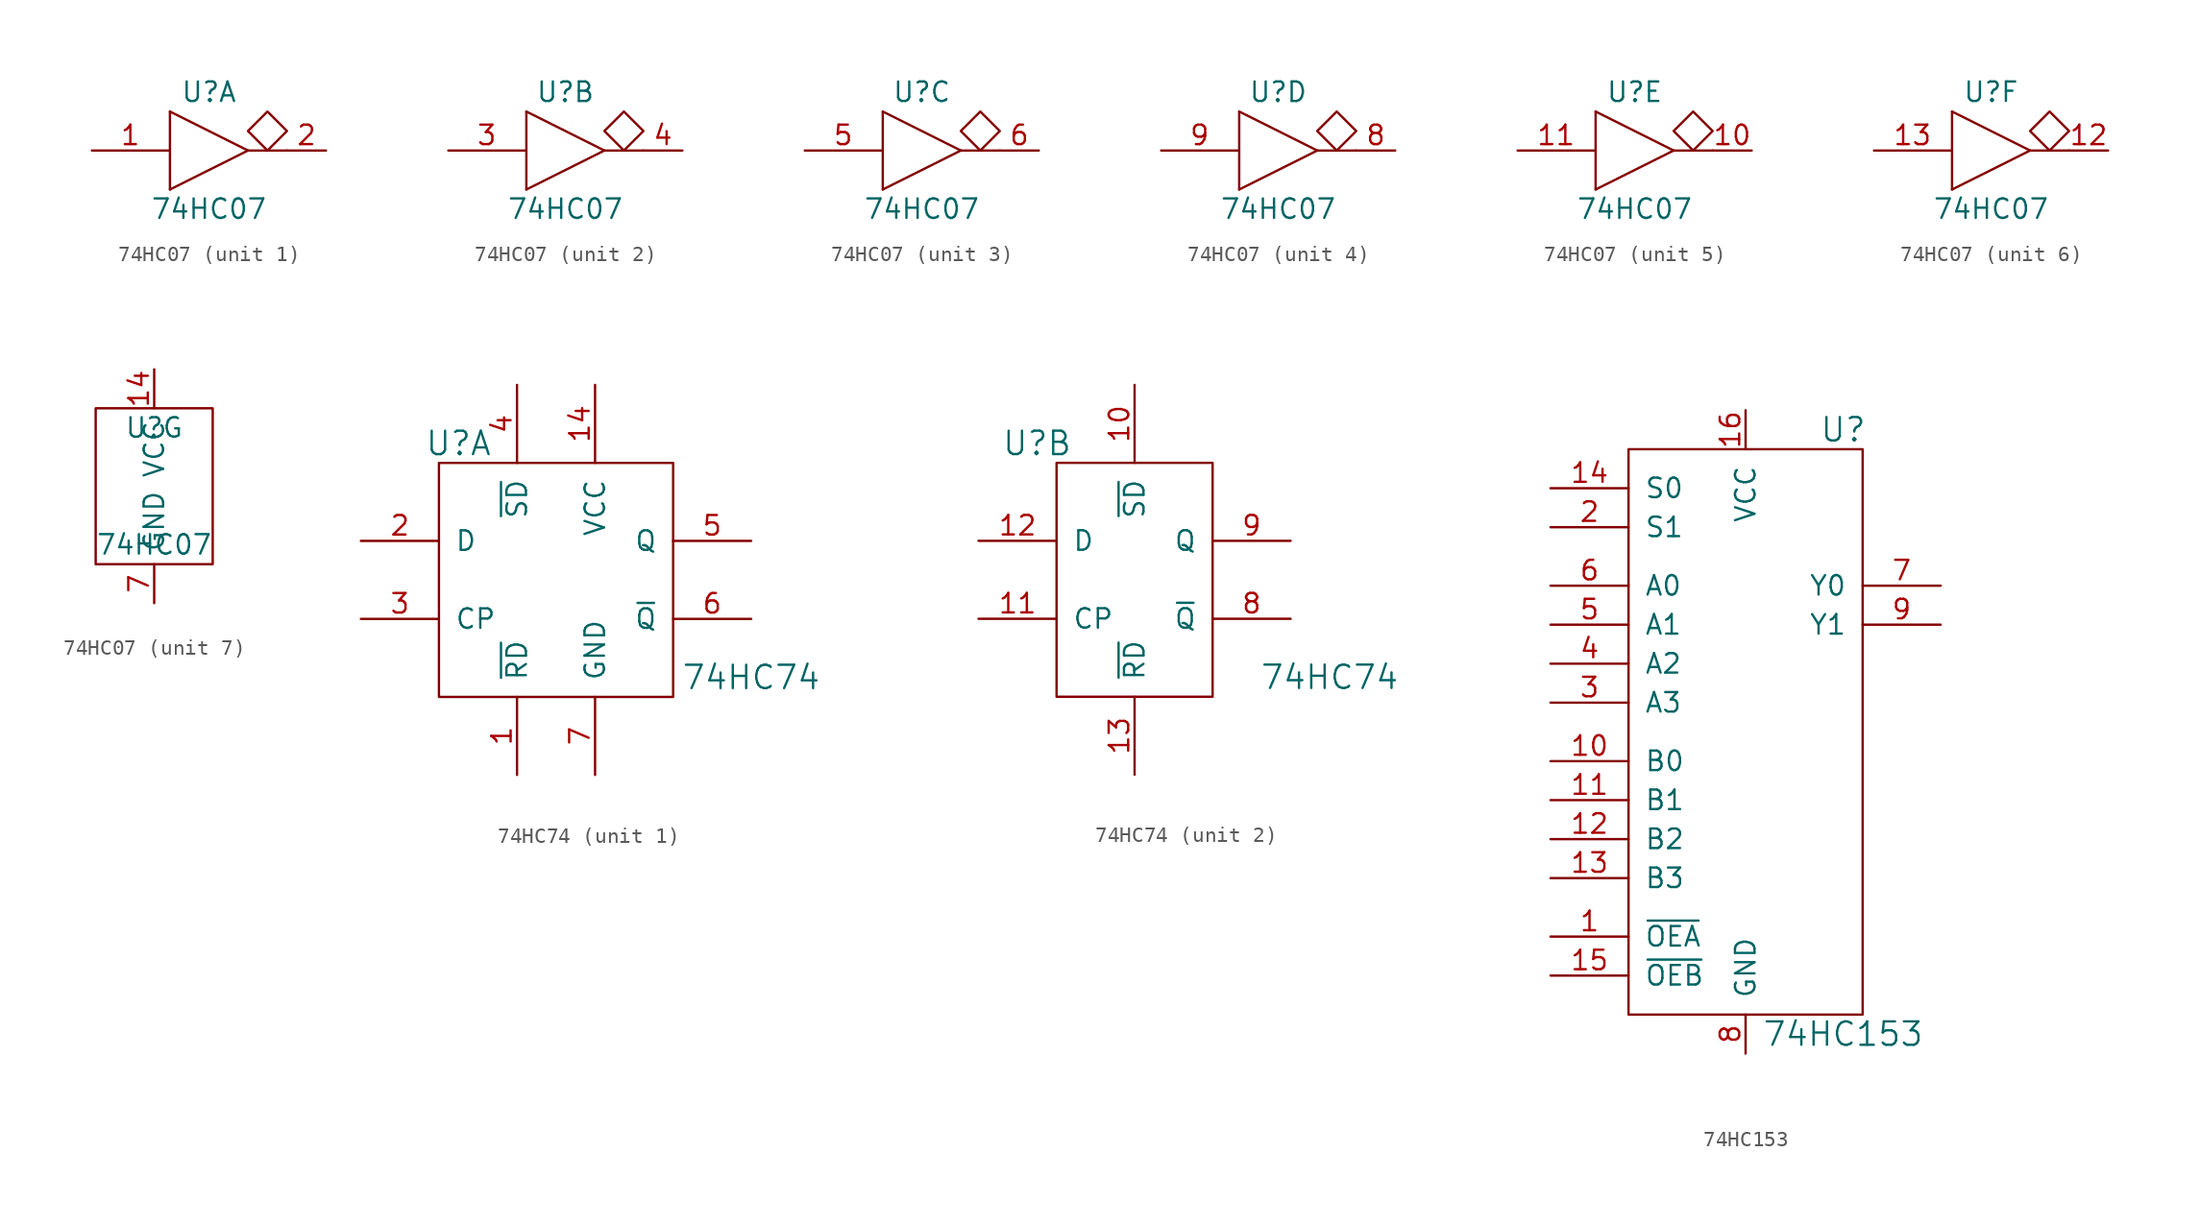
<source format=kicad_sym>
(kicad_symbol_lib
  (version 20211014)
  (generator kicad_symbol_editor)
  (symbol "74HC07"
    (pin_names
      (offset 0.762))
    (property "Reference" "U"
      (at 0 3.81 0)
      (effects (font (size 1.27 1.27))))
    (property "Value" "74HC07"
      (at 0 -3.81 0)
      (effects (font (size 1.27 1.27))))
    (symbol "74HC07_1_1"
      (polyline (pts (xy -2.54 -2.54) (xy 2.54 0)) (stroke (width 0) (type default) (color 0 0 0 0)) (fill (type none)))
      (polyline (pts (xy -2.54 0) (xy -2.54 -2.54)) (stroke (width 0) (type default) (color 0 0 0 0)) (fill (type none)))
      (polyline (pts (xy -2.54 0) (xy -2.54 2.54)) (stroke (width 0) (type default) (color 0 0 0 0)) (fill (type none)))
      (polyline (pts (xy 2.54 0) (xy -2.54 2.54)) (stroke (width 0) (type default) (color 0 0 0 0)) (fill (type none)))
      (polyline (pts (xy 5.08 0) (xy 2.54 0)) (stroke (width 0) (type default) (color 0 0 0 0)) (fill (type none)))
      (polyline (pts (xy 3.81 2.54) (xy 2.54 1.27) (xy 3.81 0) (xy 5.08 1.27) (xy 3.81 2.54)) (stroke (width 0) (type default) (color 0 0 0 0)) (fill (type none)))
      (pin input line (at -7.62 0 0) (length 5.004) (name "~" (effects (font (size 1.27 1.27)))) (number "1" (effects (font (size 1.27 1.27)))))
      (pin open_collector line (at 7.62 0 180) (length 2.54) (name "~" (effects (font (size 1.27 1.27)))) (number "2" (effects (font (size 1.27 1.27))))))
    (symbol "74HC07_2_1"
      (polyline (pts (xy -2.54 -2.54) (xy 2.54 0)) (stroke (width 0) (type default) (color 0 0 0 0)) (fill (type none)))
      (polyline (pts (xy -2.54 0) (xy -2.54 -2.54)) (stroke (width 0) (type default) (color 0 0 0 0)) (fill (type none)))
      (polyline (pts (xy -2.54 0) (xy -2.54 2.54)) (stroke (width 0) (type default) (color 0 0 0 0)) (fill (type none)))
      (polyline (pts (xy 2.54 0) (xy -2.54 2.54)) (stroke (width 0) (type default) (color 0 0 0 0)) (fill (type none)))
      (polyline (pts (xy 5.08 0) (xy 2.54 0)) (stroke (width 0) (type default) (color 0 0 0 0)) (fill (type none)))
      (polyline (pts (xy 3.81 2.54) (xy 2.54 1.27) (xy 3.81 0) (xy 5.08 1.27) (xy 3.81 2.54)) (stroke (width 0) (type default) (color 0 0 0 0)) (fill (type none)))
      (pin input line (at -7.62 0 0) (length 5.004) (name "~" (effects (font (size 1.27 1.27)))) (number "3" (effects (font (size 1.27 1.27)))))
      (pin open_collector line (at 7.62 0 180) (length 2.54) (name "~" (effects (font (size 1.27 1.27)))) (number "4" (effects (font (size 1.27 1.27))))))
    (symbol "74HC07_3_1"
      (polyline (pts (xy -2.54 -2.54) (xy 2.54 0)) (stroke (width 0) (type default) (color 0 0 0 0)) (fill (type none)))
      (polyline (pts (xy -2.54 0) (xy -2.54 -2.54)) (stroke (width 0) (type default) (color 0 0 0 0)) (fill (type none)))
      (polyline (pts (xy -2.54 0) (xy -2.54 2.54)) (stroke (width 0) (type default) (color 0 0 0 0)) (fill (type none)))
      (polyline (pts (xy 2.54 0) (xy -2.54 2.54)) (stroke (width 0) (type default) (color 0 0 0 0)) (fill (type none)))
      (polyline (pts (xy 5.08 0) (xy 2.54 0)) (stroke (width 0) (type default) (color 0 0 0 0)) (fill (type none)))
      (polyline (pts (xy 3.81 2.54) (xy 2.54 1.27) (xy 3.81 0) (xy 5.08 1.27) (xy 3.81 2.54)) (stroke (width 0) (type default) (color 0 0 0 0)) (fill (type none)))
      (pin input line (at -7.62 0 0) (length 5.004) (name "~" (effects (font (size 1.27 1.27)))) (number "5" (effects (font (size 1.27 1.27)))))
      (pin open_collector line (at 7.62 0 180) (length 2.54) (name "~" (effects (font (size 1.27 1.27)))) (number "6" (effects (font (size 1.27 1.27))))))
    (symbol "74HC07_4_1"
      (polyline (pts (xy -2.54 -2.54) (xy 2.54 0)) (stroke (width 0) (type default) (color 0 0 0 0)) (fill (type none)))
      (polyline (pts (xy -2.54 0) (xy -2.54 -2.54)) (stroke (width 0) (type default) (color 0 0 0 0)) (fill (type none)))
      (polyline (pts (xy -2.54 0) (xy -2.54 2.54)) (stroke (width 0) (type default) (color 0 0 0 0)) (fill (type none)))
      (polyline (pts (xy 2.54 0) (xy -2.54 2.54)) (stroke (width 0) (type default) (color 0 0 0 0)) (fill (type none)))
      (polyline (pts (xy 5.08 0) (xy 2.54 0)) (stroke (width 0) (type default) (color 0 0 0 0)) (fill (type none)))
      (polyline (pts (xy 3.81 2.54) (xy 2.54 1.27) (xy 3.81 0) (xy 5.08 1.27) (xy 3.81 2.54)) (stroke (width 0) (type default) (color 0 0 0 0)) (fill (type none)))
      (pin open_collector line (at 7.62 0 180) (length 2.54) (name "~" (effects (font (size 1.27 1.27)))) (number "8" (effects (font (size 1.27 1.27)))))
      (pin input line (at -7.62 0 0) (length 5.004) (name "~" (effects (font (size 1.27 1.27)))) (number "9" (effects (font (size 1.27 1.27))))))
    (symbol "74HC07_5_1"
      (polyline (pts (xy -2.54 -2.54) (xy 2.54 0)) (stroke (width 0) (type default) (color 0 0 0 0)) (fill (type none)))
      (polyline (pts (xy -2.54 0) (xy -2.54 -2.54)) (stroke (width 0) (type default) (color 0 0 0 0)) (fill (type none)))
      (polyline (pts (xy -2.54 0) (xy -2.54 2.54)) (stroke (width 0) (type default) (color 0 0 0 0)) (fill (type none)))
      (polyline (pts (xy 2.54 0) (xy -2.54 2.54)) (stroke (width 0) (type default) (color 0 0 0 0)) (fill (type none)))
      (polyline (pts (xy 5.08 0) (xy 2.54 0)) (stroke (width 0) (type default) (color 0 0 0 0)) (fill (type none)))
      (polyline (pts (xy 3.81 2.54) (xy 2.54 1.27) (xy 3.81 0) (xy 5.08 1.27) (xy 3.81 2.54)) (stroke (width 0) (type default) (color 0 0 0 0)) (fill (type none)))
      (pin open_collector line (at 7.62 0 180) (length 2.54) (name "~" (effects (font (size 1.27 1.27)))) (number "10" (effects (font (size 1.27 1.27)))))
      (pin input line (at -7.62 0 0) (length 5.004) (name "~" (effects (font (size 1.27 1.27)))) (number "11" (effects (font (size 1.27 1.27))))))
    (symbol "74HC07_6_1"
      (polyline (pts (xy -2.54 -2.54) (xy 2.54 0)) (stroke (width 0) (type default) (color 0 0 0 0)) (fill (type none)))
      (polyline (pts (xy -2.54 0) (xy -2.54 -2.54)) (stroke (width 0) (type default) (color 0 0 0 0)) (fill (type none)))
      (polyline (pts (xy -2.54 0) (xy -2.54 2.54)) (stroke (width 0) (type default) (color 0 0 0 0)) (fill (type none)))
      (polyline (pts (xy 2.54 0) (xy -2.54 2.54)) (stroke (width 0) (type default) (color 0 0 0 0)) (fill (type none)))
      (polyline (pts (xy 5.08 0) (xy 2.54 0)) (stroke (width 0) (type default) (color 0 0 0 0)) (fill (type none)))
      (polyline (pts (xy 3.81 2.54) (xy 2.54 1.27) (xy 3.81 0) (xy 5.08 1.27) (xy 3.81 2.54)) (stroke (width 0) (type default) (color 0 0 0 0)) (fill (type none)))
      (pin open_collector line (at 7.62 0 180) (length 2.54) (name "~" (effects (font (size 1.27 1.27)))) (number "12" (effects (font (size 1.27 1.27)))))
      (pin input line (at -7.62 0 0) (length 5.004) (name "~" (effects (font (size 1.27 1.27)))) (number "13" (effects (font (size 1.27 1.27))))))
    (symbol "74HC07_7_0"
      (pin power_in line (at 0 7.62 270) (length 2.54) (name "VCC" (effects (font (size 1.27 1.27)))) (number "14" (effects (font (size 1.27 1.27))))))
    (symbol "74HC07_7_1"
      (rectangle (start -3.81 -5.08) (end 3.81 5.08) (stroke (width 0) (type default) (color 0 0 0 0)) (fill (type none)))
      (pin power_in line (at 0 -7.62 90) (length 2.54) (name "GND" (effects (font (size 1.27 1.27)))) (number "7" (effects (font (size 1.27 1.27)))))))
  (symbol "74HC74"
    (pin_names
      (offset 1.016))
    (property "Reference" "U"
      (at -6.35 8.89 0)
      (effects (font (size 1.524 1.524))))
    (property "Value" "74HC74"
      (at 12.7 -6.35 0)
      (effects (font (size 1.524 1.524))))
    (symbol "74HC74_1_1"
      (rectangle (start -7.62 7.62) (end 7.62 -7.62) (stroke (width 0) (type default) (color 0 0 0 0)) (fill (type none)))
      (pin input line (at -2.54 -12.7 90) (length 5.08) (name "~{RD}" (effects (font (size 1.27 1.27)))) (number "1" (effects (font (size 1.27 1.27)))))
      (pin power_in line (at 2.54 12.7 270) (length 5.08) (name "VCC" (effects (font (size 1.27 1.27)))) (number "14" (effects (font (size 1.27 1.27)))))
      (pin input line (at -12.7 2.54 0) (length 5.08) (name "D" (effects (font (size 1.27 1.27)))) (number "2" (effects (font (size 1.27 1.27)))))
      (pin input line (at -12.7 -2.54 0) (length 5.08) (name "CP" (effects (font (size 1.27 1.27)))) (number "3" (effects (font (size 1.27 1.27)))))
      (pin input line (at -2.54 12.7 270) (length 5.08) (name "~{SD}" (effects (font (size 1.27 1.27)))) (number "4" (effects (font (size 1.27 1.27)))))
      (pin output line (at 12.7 2.54 180) (length 5.08) (name "Q" (effects (font (size 1.27 1.27)))) (number "5" (effects (font (size 1.27 1.27)))))
      (pin output line (at 12.7 -2.54 180) (length 5.08) (name "~{Q}" (effects (font (size 1.27 1.27)))) (number "6" (effects (font (size 1.27 1.27)))))
      (pin power_in line (at 2.54 -12.7 90) (length 5.08) (name "GND" (effects (font (size 1.27 1.27)))) (number "7" (effects (font (size 1.27 1.27))))))
    (symbol "74HC74_2_1"
      (rectangle (start -5.08 7.62) (end 5.08 -7.62) (stroke (width 0) (type default) (color 0 0 0 0)) (fill (type none)))
      (pin input line (at 0 12.7 270) (length 5.08) (name "~{SD}" (effects (font (size 1.27 1.27)))) (number "10" (effects (font (size 1.27 1.27)))))
      (pin input line (at -10.16 -2.54 0) (length 5.08) (name "CP" (effects (font (size 1.27 1.27)))) (number "11" (effects (font (size 1.27 1.27)))))
      (pin input line (at -10.16 2.54 0) (length 5.08) (name "D" (effects (font (size 1.27 1.27)))) (number "12" (effects (font (size 1.27 1.27)))))
      (pin input line (at 0 -12.7 90) (length 5.08) (name "~{RD}" (effects (font (size 1.27 1.27)))) (number "13" (effects (font (size 1.27 1.27)))))
      (pin output line (at 10.16 -2.54 180) (length 5.08) (name "~{Q}" (effects (font (size 1.27 1.27)))) (number "8" (effects (font (size 1.27 1.27)))))
      (pin output line (at 10.16 2.54 180) (length 5.08) (name "Q" (effects (font (size 1.27 1.27)))) (number "9" (effects (font (size 1.27 1.27)))))))
  (symbol "74HC153"
    (pin_names
      (offset 1.016))
    (property "Reference" "U"
      (at 6.35 20.32 0)
      (effects (font (size 1.524 1.524))))
    (property "Value" "74HC153"
      (at 6.35 -19.05 0)
      (effects (font (size 1.524 1.524))))
    (symbol "74HC153_0_1"
      (rectangle (start -7.62 19.05) (end 7.62 -17.78) (stroke (width 0) (type default) (color 0 0 0 0)) (fill (type none)))
      (pin input line (at -12.7 -1.27 0) (length 5.08) (name "B0" (effects (font (size 1.27 1.27)))) (number "10" (effects (font (size 1.27 1.27)))))
      (pin input line (at -12.7 -3.81 0) (length 5.08) (name "B1" (effects (font (size 1.27 1.27)))) (number "11" (effects (font (size 1.27 1.27)))))
      (pin input line (at -12.7 -6.35 0) (length 5.08) (name "B2" (effects (font (size 1.27 1.27)))) (number "12" (effects (font (size 1.27 1.27)))))
      (pin input line (at -12.7 -8.89 0) (length 5.08) (name "B3" (effects (font (size 1.27 1.27)))) (number "13" (effects (font (size 1.27 1.27)))))
      (pin input line (at -12.7 16.51 0) (length 5.08) (name "S0" (effects (font (size 1.27 1.27)))) (number "14" (effects (font (size 1.27 1.27)))))
      (pin power_in line (at 0 21.59 270) (length 2.54) (name "VCC" (effects (font (size 1.27 1.27)))) (number "16" (effects (font (size 1.27 1.27)))))
      (pin input line (at -12.7 13.97 0) (length 5.08) (name "S1" (effects (font (size 1.27 1.27)))) (number "2" (effects (font (size 1.27 1.27)))))
      (pin input line (at -12.7 2.54 0) (length 5.08) (name "A3" (effects (font (size 1.27 1.27)))) (number "3" (effects (font (size 1.27 1.27)))))
      (pin input line (at -12.7 5.08 0) (length 5.08) (name "A2" (effects (font (size 1.27 1.27)))) (number "4" (effects (font (size 1.27 1.27)))))
      (pin input line (at -12.7 7.62 0) (length 5.08) (name "A1" (effects (font (size 1.27 1.27)))) (number "5" (effects (font (size 1.27 1.27)))))
      (pin input line (at -12.7 10.16 0) (length 5.08) (name "A0" (effects (font (size 1.27 1.27)))) (number "6" (effects (font (size 1.27 1.27)))))
      (pin power_in line (at 0 -20.32 90) (length 2.54) (name "GND" (effects (font (size 1.27 1.27)))) (number "8" (effects (font (size 1.27 1.27))))))
    (symbol "74HC153_1_1"
      (pin input line (at -12.7 -12.7 0) (length 5.08) (name "~{OEA}" (effects (font (size 1.27 1.27)))) (number "1" (effects (font (size 1.27 1.27)))))
      (pin input line (at -12.7 -15.24 0) (length 5.08) (name "~{OEB}" (effects (font (size 1.27 1.27)))) (number "15" (effects (font (size 1.27 1.27)))))
      (pin output line (at 12.7 10.16 180) (length 5.08) (name "Y0" (effects (font (size 1.27 1.27)))) (number "7" (effects (font (size 1.27 1.27)))))
      (pin output line (at 12.7 7.62 180) (length 5.08) (name "Y1" (effects (font (size 1.27 1.27)))) (number "9" (effects (font (size 1.27 1.27))))))))
</source>
